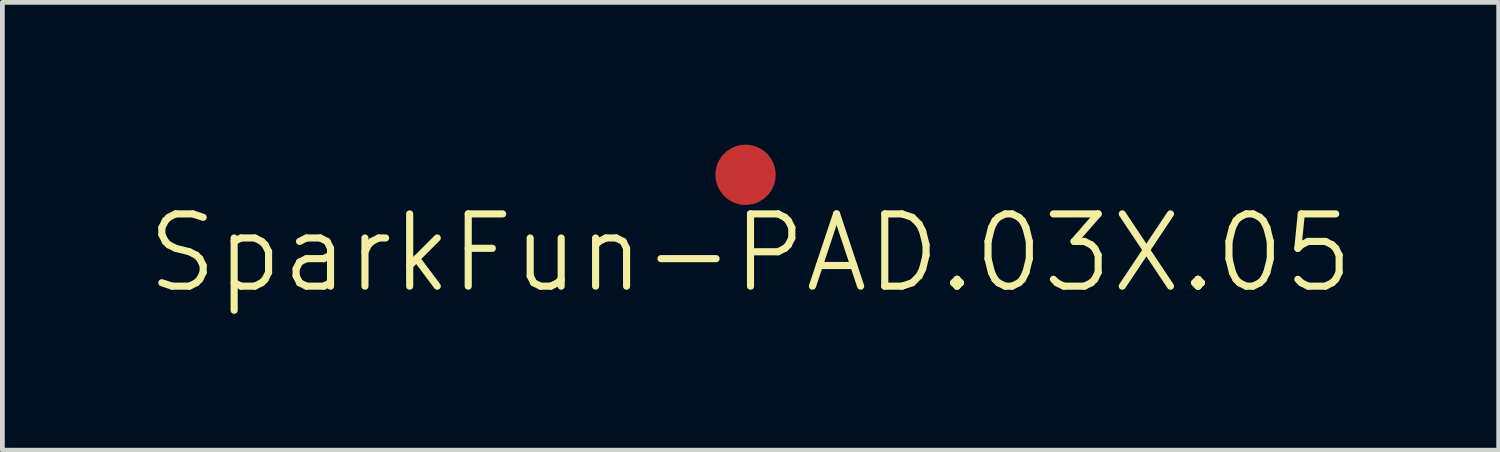
<source format=kicad_pcb>
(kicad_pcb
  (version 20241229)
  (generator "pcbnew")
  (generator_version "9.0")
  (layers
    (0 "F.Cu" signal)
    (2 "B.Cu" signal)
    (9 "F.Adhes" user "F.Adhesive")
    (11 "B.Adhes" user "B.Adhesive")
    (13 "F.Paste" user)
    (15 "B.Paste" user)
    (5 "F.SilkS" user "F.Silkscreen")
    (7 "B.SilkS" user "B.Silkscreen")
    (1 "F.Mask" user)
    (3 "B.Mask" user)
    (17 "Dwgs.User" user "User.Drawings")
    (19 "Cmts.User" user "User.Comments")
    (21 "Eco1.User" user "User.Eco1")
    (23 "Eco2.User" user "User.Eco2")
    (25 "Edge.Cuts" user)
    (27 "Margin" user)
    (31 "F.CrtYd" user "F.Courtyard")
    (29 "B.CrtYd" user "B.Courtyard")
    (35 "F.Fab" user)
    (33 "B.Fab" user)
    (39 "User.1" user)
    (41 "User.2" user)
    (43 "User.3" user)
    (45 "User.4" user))
  (footprint "SparkFun-PAD.03X.05"
    (layer "F.Cu")
    (at 12.668 0.635)
    (property "Reference" "SparkFun-PAD.03X.05" (at 0.104 1.651 0) (layer "F.SilkS") (effects (font (size 1.524 1.524) (thickness 0.15))))
    (attr smd)
    (pad "1" smd circle (at 0 0) (size 1.27 1.27) (layers "F.Cu" "F.Mask" "F.Paste")))
  (gr_rect
    (start -3 -3)
    (end 28.545 6.441)
    (stroke (width 0.1) (type default))
    (fill no)
    (layer "Edge.Cuts")))
</source>
